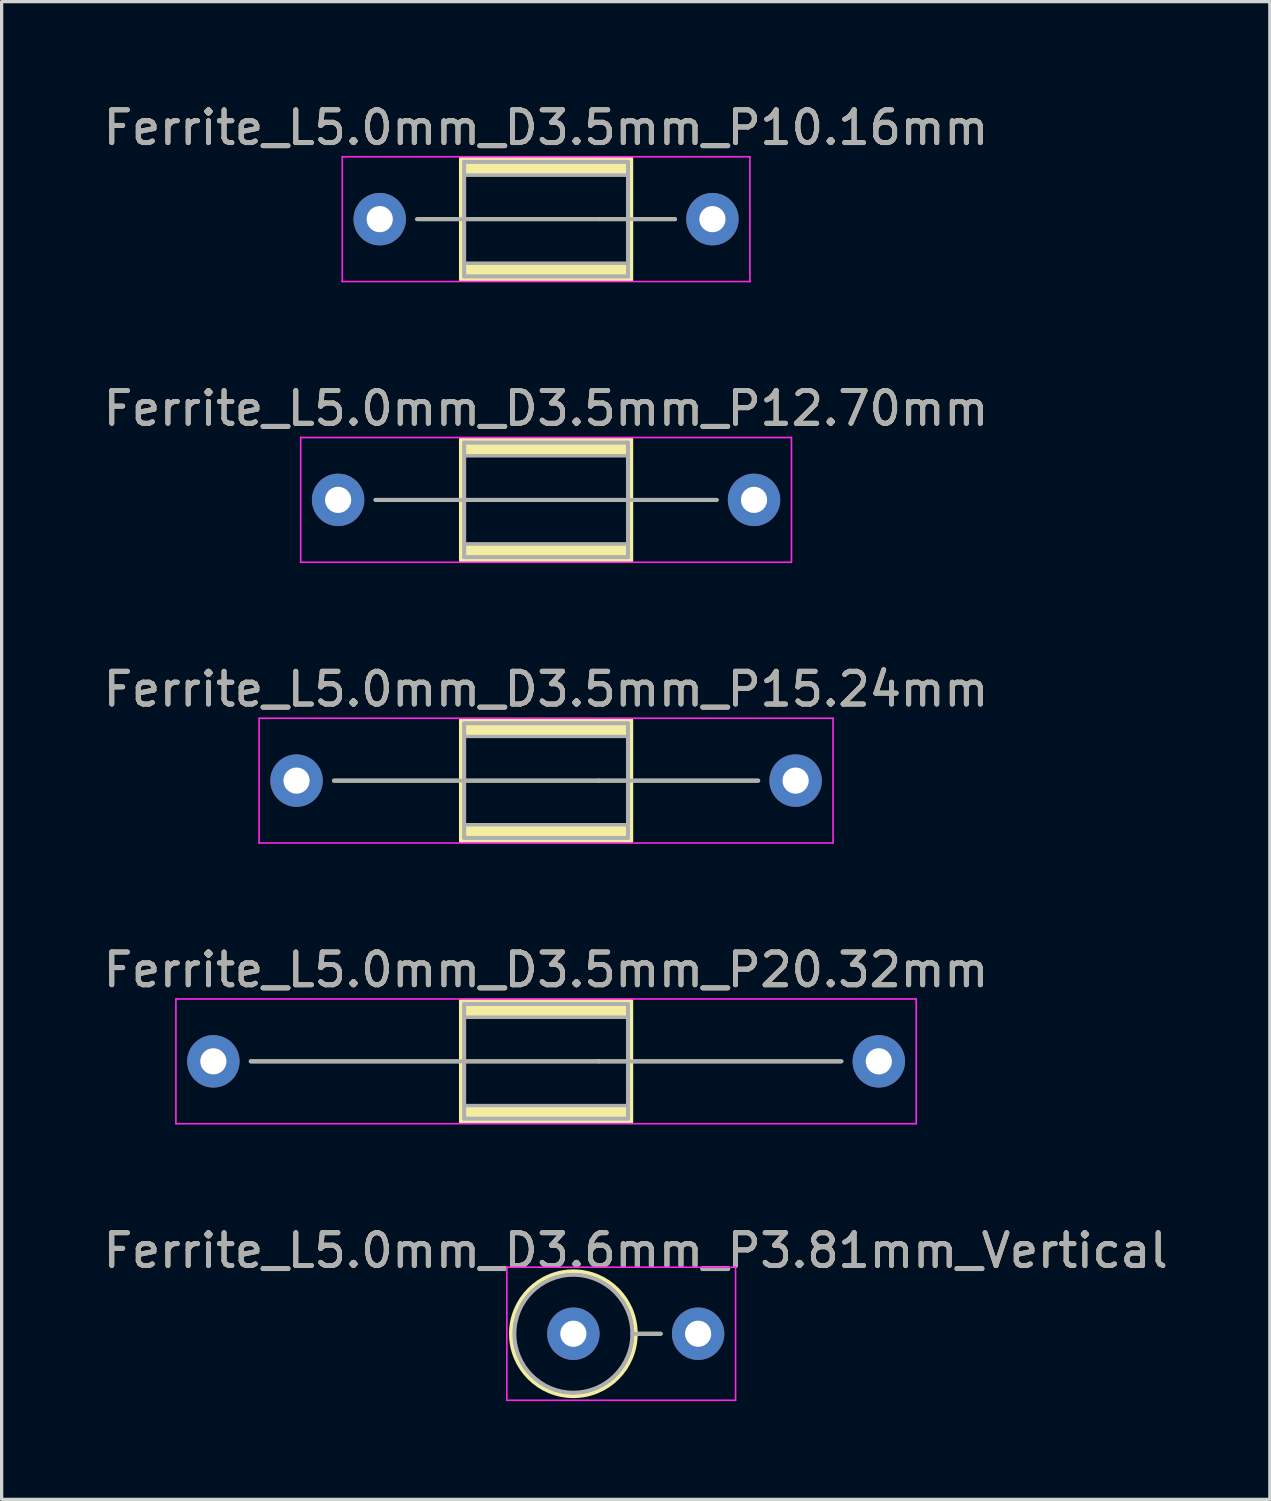
<source format=kicad_pcb>
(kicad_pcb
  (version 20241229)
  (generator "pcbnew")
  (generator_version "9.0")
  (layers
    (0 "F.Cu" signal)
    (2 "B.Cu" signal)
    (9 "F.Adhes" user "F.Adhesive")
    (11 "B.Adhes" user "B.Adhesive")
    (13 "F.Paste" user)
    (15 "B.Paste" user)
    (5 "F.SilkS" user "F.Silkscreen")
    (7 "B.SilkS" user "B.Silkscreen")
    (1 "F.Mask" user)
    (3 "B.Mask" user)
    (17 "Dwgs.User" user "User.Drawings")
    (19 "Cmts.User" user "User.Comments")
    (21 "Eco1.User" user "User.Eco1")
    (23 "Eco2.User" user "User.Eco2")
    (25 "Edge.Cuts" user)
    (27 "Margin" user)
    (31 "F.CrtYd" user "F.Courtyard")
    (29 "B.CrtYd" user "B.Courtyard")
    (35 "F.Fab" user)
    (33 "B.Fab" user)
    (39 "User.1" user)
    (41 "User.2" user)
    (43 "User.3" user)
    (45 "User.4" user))
  (footprint "Ferrite_L5.0mm_D3.5mm_P10.16mm"
    (layer "F.Cu")
    (at 8.545 3.642)
    (property "Reference" "Ferrite_L5.0mm_D3.5mm_P10.16mm" (at 5.08 -2.794 0) (layer "F.SilkS") (effects (font (size 1 1) (thickness 0.15))))
    (fp_line (start 6.694 0.000002) (end 1.143 0) (stroke (width 0.12) (type solid)) (layer "F.SilkS"))
    (fp_line (start 6.694 0.000002) (end 9.017 0) (stroke (width 0.12) (type solid)) (layer "F.SilkS"))
    (fp_rect (start 2.48 -1.85) (end 7.68 1.85) (stroke (width 0.12) (type solid)) (fill no) (layer "F.SilkS"))
    (fp_poly (pts (xy 2.48 1.35) (xy 7.68 1.35) (xy 7.68 1.85) (xy 2.48 1.85)) (stroke (width 0.1) (type solid)) (fill yes) (layer "F.SilkS"))
    (fp_poly (pts (xy 7.68 -1.35) (xy 2.58 -1.35) (xy 2.58 -1.85) (xy 7.68 -1.85)) (stroke (width 0.1) (type solid)) (fill yes) (layer "F.SilkS"))
    (fp_line (start -1.143 -1.905) (end 11.303 -1.905) (stroke (width 0.05) (type solid)) (layer "F.CrtYd"))
    (fp_line (start -1.143 1.905) (end -1.143 -1.905) (stroke (width 0.05) (type solid)) (layer "F.CrtYd"))
    (fp_line (start 11.303 -1.905) (end 11.303 1.905) (stroke (width 0.05) (type solid)) (layer "F.CrtYd"))
    (fp_line (start 11.303 1.905) (end -1.143 1.905) (stroke (width 0.05) (type solid)) (layer "F.CrtYd"))
    (fp_line (start 2.58 -1.75) (end 7.58 -1.75) (stroke (width 0.12) (type solid)) (layer "F.Fab"))
    (fp_line (start 2.58 1.75) (end 2.58 -1.75) (stroke (width 0.12) (type solid)) (layer "F.Fab"))
    (fp_line (start 6.567 0.000002) (end 1.143 0) (stroke (width 0.12) (type solid)) (layer "F.Fab"))
    (fp_line (start 6.604 0) (end 9.017 0) (stroke (width 0.12) (type solid)) (layer "F.Fab"))
    (fp_line (start 7.58 -1.75) (end 7.58 1.75) (stroke (width 0.12) (type solid)) (layer "F.Fab"))
    (fp_line (start 7.58 1.75) (end 2.58 1.75) (stroke (width 0.12) (type solid)) (layer "F.Fab"))
    (fp_poly (pts (xy 2.58 1.35) (xy 7.58 1.35) (xy 7.58 1.75) (xy 2.58 1.75)) (stroke (width 0.1) (type solid)) (fill no) (layer "F.Fab"))
    (fp_poly (pts (xy 7.58 -1.35) (xy 2.58 -1.35) (xy 2.58 -1.75) (xy 7.58 -1.75)) (stroke (width 0.1) (type solid)) (fill no) (layer "F.Fab"))
    (fp_text user "${REFERENCE}" (at 5.08 -2.793 0) (layer "F.Fab") (effects (font (size 1 1) (thickness 0.15))))
    (pad "1" thru_hole circle (at 0 0) (size 1.6 1.6) (drill 0.8) (layers "*.Cu" "*.Mask"))
    (pad "2" thru_hole circle (at 10.16 0) (size 1.6 1.6) (drill 0.8) (layers "*.Cu" "*.Mask")))
  (footprint "Ferrite_L5.0mm_D3.5mm_P15.24mm"
    (layer "F.Cu")
    (at 6.005 20.787)
    (property "Reference" "Ferrite_L5.0mm_D3.5mm_P15.24mm" (at 7.62 -2.794 0) (layer "F.SilkS") (effects (font (size 1 1) (thickness 0.15))))
    (fp_line (start 9.234 0.000002) (end 1.143 0) (stroke (width 0.12) (type solid)) (layer "F.SilkS"))
    (fp_line (start 9.234 0.000002) (end 14.097 0) (stroke (width 0.12) (type solid)) (layer "F.SilkS"))
    (fp_rect (start 5.02 -1.85) (end 10.22 1.85) (stroke (width 0.12) (type solid)) (fill no) (layer "F.SilkS"))
    (fp_poly (pts (xy 5.02 1.35) (xy 10.22 1.35) (xy 10.22 1.85) (xy 5.02 1.85)) (stroke (width 0.1) (type solid)) (fill yes) (layer "F.SilkS"))
    (fp_poly (pts (xy 10.22 -1.35) (xy 5.02 -1.35) (xy 5.02 -1.85) (xy 10.22 -1.85)) (stroke (width 0.1) (type solid)) (fill yes) (layer "F.SilkS"))
    (fp_line (start -1.143 -1.905) (end 16.383 -1.905) (stroke (width 0.05) (type solid)) (layer "F.CrtYd"))
    (fp_line (start -1.143 1.905) (end -1.143 -1.905) (stroke (width 0.05) (type solid)) (layer "F.CrtYd"))
    (fp_line (start 16.383 -1.905) (end 16.383 1.905) (stroke (width 0.05) (type solid)) (layer "F.CrtYd"))
    (fp_line (start 16.383 1.905) (end -1.143 1.905) (stroke (width 0.05) (type solid)) (layer "F.CrtYd"))
    (fp_line (start 5.12 -1.75) (end 10.12 -1.75) (stroke (width 0.12) (type solid)) (layer "F.Fab"))
    (fp_line (start 5.12 1.75) (end 5.12 -1.75) (stroke (width 0.12) (type solid)) (layer "F.Fab"))
    (fp_line (start 9.107 0.000002) (end 1.143 0) (stroke (width 0.12) (type solid)) (layer "F.Fab"))
    (fp_line (start 9.144 0) (end 14.097 0) (stroke (width 0.12) (type solid)) (layer "F.Fab"))
    (fp_line (start 10.12 -1.75) (end 10.12 1.75) (stroke (width 0.12) (type solid)) (layer "F.Fab"))
    (fp_line (start 10.12 1.75) (end 5.12 1.75) (stroke (width 0.12) (type solid)) (layer "F.Fab"))
    (fp_poly (pts (xy 5.12 1.35) (xy 10.12 1.35) (xy 10.12 1.75) (xy 5.12 1.75)) (stroke (width 0.1) (type solid)) (fill no) (layer "F.Fab"))
    (fp_poly (pts (xy 10.12 -1.35) (xy 5.12 -1.35) (xy 5.12 -1.75) (xy 10.12 -1.75)) (stroke (width 0.1) (type solid)) (fill no) (layer "F.Fab"))
    (fp_text user "${REFERENCE}" (at 7.62 -2.793 0) (layer "F.Fab") (effects (font (size 1 1) (thickness 0.15))))
    (pad "1" thru_hole circle (at 0 0) (size 1.6 1.6) (drill 0.8) (layers "*.Cu" "*.Mask"))
    (pad "2" thru_hole circle (at 15.24 0) (size 1.6 1.6) (drill 0.8) (layers "*.Cu" "*.Mask")))
  (footprint "Ferrite_L5.0mm_D3.6mm_P3.81mm_Vertical"
    (layer "F.Cu")
    (at 14.458 37.677)
    (property "Reference" "Ferrite_L5.0mm_D3.6mm_P3.81mm_Vertical" (at 1.905 -2.54 0) (layer "F.SilkS") (effects (font (size 1 1) (thickness 0.15))))
    (fp_line (start 1.905 0) (end 2.667 0) (stroke (width 0.12) (type solid)) (layer "F.SilkS"))
    (fp_circle (center 0 0) (end 1.905 0) (stroke (width 0.12) (type solid)) (fill no) (layer "F.SilkS"))
    (fp_line (start -2.032 -2.032) (end 4.953 -2.032) (stroke (width 0.05) (type solid)) (layer "F.CrtYd"))
    (fp_line (start -2.032 2.032) (end -2.032 -2.032) (stroke (width 0.05) (type solid)) (layer "F.CrtYd"))
    (fp_line (start 4.953 -2.032) (end 4.953 2.032) (stroke (width 0.05) (type solid)) (layer "F.CrtYd"))
    (fp_line (start 4.953 2.032) (end -2.032 2.032) (stroke (width 0.05) (type solid)) (layer "F.CrtYd"))
    (fp_line (start 1.8 0) (end 2.667 0) (stroke (width 0.12) (type solid)) (layer "F.Fab"))
    (fp_circle (center 0 0) (end 1.8 0) (stroke (width 0.12) (type solid)) (fill no) (layer "F.Fab"))
    (fp_text user "${REFERENCE}" (at 1.905 -2.539 0) (layer "F.Fab") (effects (font (size 1 1) (thickness 0.15))))
    (pad "1" thru_hole circle (at 0 0) (size 1.6 1.6) (drill 0.8) (layers "*.Cu" "*.Mask"))
    (pad "2" thru_hole circle (at 3.81 0) (size 1.6 1.6) (drill 0.8) (layers "*.Cu" "*.Mask")))
  (footprint "Ferrite_L5.0mm_D3.5mm_P20.32mm"
    (layer "F.Cu")
    (at 3.465 29.359)
    (property "Reference" "Ferrite_L5.0mm_D3.5mm_P20.32mm" (at 10.16 -2.794 0) (layer "F.SilkS") (effects (font (size 1 1) (thickness 0.15))))
    (fp_line (start 11.774 0.000002) (end 1.143 0) (stroke (width 0.12) (type solid)) (layer "F.SilkS"))
    (fp_line (start 11.774 0.000002) (end 19.177 0) (stroke (width 0.12) (type solid)) (layer "F.SilkS"))
    (fp_rect (start 7.56 -1.85) (end 12.76 1.85) (stroke (width 0.12) (type solid)) (fill no) (layer "F.SilkS"))
    (fp_poly (pts (xy 7.56 1.35) (xy 12.76 1.35) (xy 12.76 1.85) (xy 7.56 1.85)) (stroke (width 0.1) (type solid)) (fill yes) (layer "F.SilkS"))
    (fp_poly (pts (xy 12.76 -1.35) (xy 7.56 -1.35) (xy 7.56 -1.85) (xy 12.76 -1.85)) (stroke (width 0.1) (type solid)) (fill yes) (layer "F.SilkS"))
    (fp_line (start -1.143 -1.905) (end 21.463 -1.905) (stroke (width 0.05) (type solid)) (layer "F.CrtYd"))
    (fp_line (start -1.143 1.905) (end -1.143 -1.905) (stroke (width 0.05) (type solid)) (layer "F.CrtYd"))
    (fp_line (start 21.463 -1.905) (end 21.463 1.905) (stroke (width 0.05) (type solid)) (layer "F.CrtYd"))
    (fp_line (start 21.463 1.905) (end -1.143 1.905) (stroke (width 0.05) (type solid)) (layer "F.CrtYd"))
    (fp_line (start 7.66 -1.75) (end 12.66 -1.75) (stroke (width 0.12) (type solid)) (layer "F.Fab"))
    (fp_line (start 7.66 1.75) (end 7.66 -1.75) (stroke (width 0.12) (type solid)) (layer "F.Fab"))
    (fp_line (start 11.647 0.000002) (end 1.143 0) (stroke (width 0.12) (type solid)) (layer "F.Fab"))
    (fp_line (start 11.684 0) (end 19.177 0) (stroke (width 0.12) (type solid)) (layer "F.Fab"))
    (fp_line (start 12.66 -1.75) (end 12.66 1.75) (stroke (width 0.12) (type solid)) (layer "F.Fab"))
    (fp_line (start 12.66 1.75) (end 7.66 1.75) (stroke (width 0.12) (type solid)) (layer "F.Fab"))
    (fp_poly (pts (xy 7.66 1.35) (xy 12.66 1.35) (xy 12.66 1.75) (xy 7.66 1.75)) (stroke (width 0.1) (type solid)) (fill no) (layer "F.Fab"))
    (fp_poly (pts (xy 12.66 -1.35) (xy 7.66 -1.35) (xy 7.66 -1.75) (xy 12.66 -1.75)) (stroke (width 0.1) (type solid)) (fill no) (layer "F.Fab"))
    (fp_text user "${REFERENCE}" (at 10.16 -2.793 0) (layer "F.Fab") (effects (font (size 1 1) (thickness 0.15))))
    (pad "1" thru_hole circle (at 0 0) (size 1.6 1.6) (drill 0.8) (layers "*.Cu" "*.Mask"))
    (pad "2" thru_hole circle (at 20.32 0) (size 1.6 1.6) (drill 0.8) (layers "*.Cu" "*.Mask")))
  (footprint "Ferrite_L5.0mm_D3.5mm_P12.70mm"
    (layer "F.Cu")
    (at 7.275 12.214)
    (property "Reference" "Ferrite_L5.0mm_D3.5mm_P12.70mm" (at 6.35 -2.794 0) (layer "F.SilkS") (effects (font (size 1 1) (thickness 0.15))))
    (fp_line (start 7.964 0.000002) (end 1.143 0) (stroke (width 0.12) (type solid)) (layer "F.SilkS"))
    (fp_line (start 7.964 0.000002) (end 11.557 0) (stroke (width 0.12) (type solid)) (layer "F.SilkS"))
    (fp_rect (start 3.75 -1.85) (end 8.95 1.85) (stroke (width 0.12) (type solid)) (fill no) (layer "F.SilkS"))
    (fp_poly (pts (xy 3.75 1.35) (xy 8.95 1.35) (xy 8.95 1.85) (xy 3.75 1.85)) (stroke (width 0.1) (type solid)) (fill yes) (layer "F.SilkS"))
    (fp_poly (pts (xy 8.95 -1.35) (xy 3.75 -1.35) (xy 3.75 -1.85) (xy 8.95 -1.85)) (stroke (width 0.1) (type solid)) (fill yes) (layer "F.SilkS"))
    (fp_line (start -1.143 -1.905) (end 13.843 -1.905) (stroke (width 0.05) (type solid)) (layer "F.CrtYd"))
    (fp_line (start -1.143 1.905) (end -1.143 -1.905) (stroke (width 0.05) (type solid)) (layer "F.CrtYd"))
    (fp_line (start 13.843 -1.905) (end 13.843 1.905) (stroke (width 0.05) (type solid)) (layer "F.CrtYd"))
    (fp_line (start 13.843 1.905) (end -1.143 1.905) (stroke (width 0.05) (type solid)) (layer "F.CrtYd"))
    (fp_line (start 3.85 -1.75) (end 8.85 -1.75) (stroke (width 0.12) (type solid)) (layer "F.Fab"))
    (fp_line (start 3.85 1.75) (end 3.85 -1.75) (stroke (width 0.12) (type solid)) (layer "F.Fab"))
    (fp_line (start 7.837 0.000002) (end 1.143 0) (stroke (width 0.12) (type solid)) (layer "F.Fab"))
    (fp_line (start 7.874 0) (end 11.557 0) (stroke (width 0.12) (type solid)) (layer "F.Fab"))
    (fp_line (start 8.85 -1.75) (end 8.85 1.75) (stroke (width 0.12) (type solid)) (layer "F.Fab"))
    (fp_line (start 8.85 1.75) (end 3.85 1.75) (stroke (width 0.12) (type solid)) (layer "F.Fab"))
    (fp_poly (pts (xy 3.85 1.35) (xy 8.85 1.35) (xy 8.85 1.75) (xy 3.85 1.75)) (stroke (width 0.1) (type solid)) (fill no) (layer "F.Fab"))
    (fp_poly (pts (xy 8.85 -1.35) (xy 3.85 -1.35) (xy 3.85 -1.75) (xy 8.85 -1.75)) (stroke (width 0.1) (type solid)) (fill no) (layer "F.Fab"))
    (fp_text user "${REFERENCE}" (at 6.35 -2.793 0) (layer "F.Fab") (effects (font (size 1 1) (thickness 0.15))))
    (pad "1" thru_hole circle (at 0 0) (size 1.6 1.6) (drill 0.8) (layers "*.Cu" "*.Mask"))
    (pad "2" thru_hole circle (at 12.7 0) (size 1.6 1.6) (drill 0.8) (layers "*.Cu" "*.Mask")))
  (gr_rect
    (start -3 -3)
    (end 35.726 42.734)
    (stroke (width 0.1) (type default))
    (fill no)
    (layer "Edge.Cuts")))
</source>
